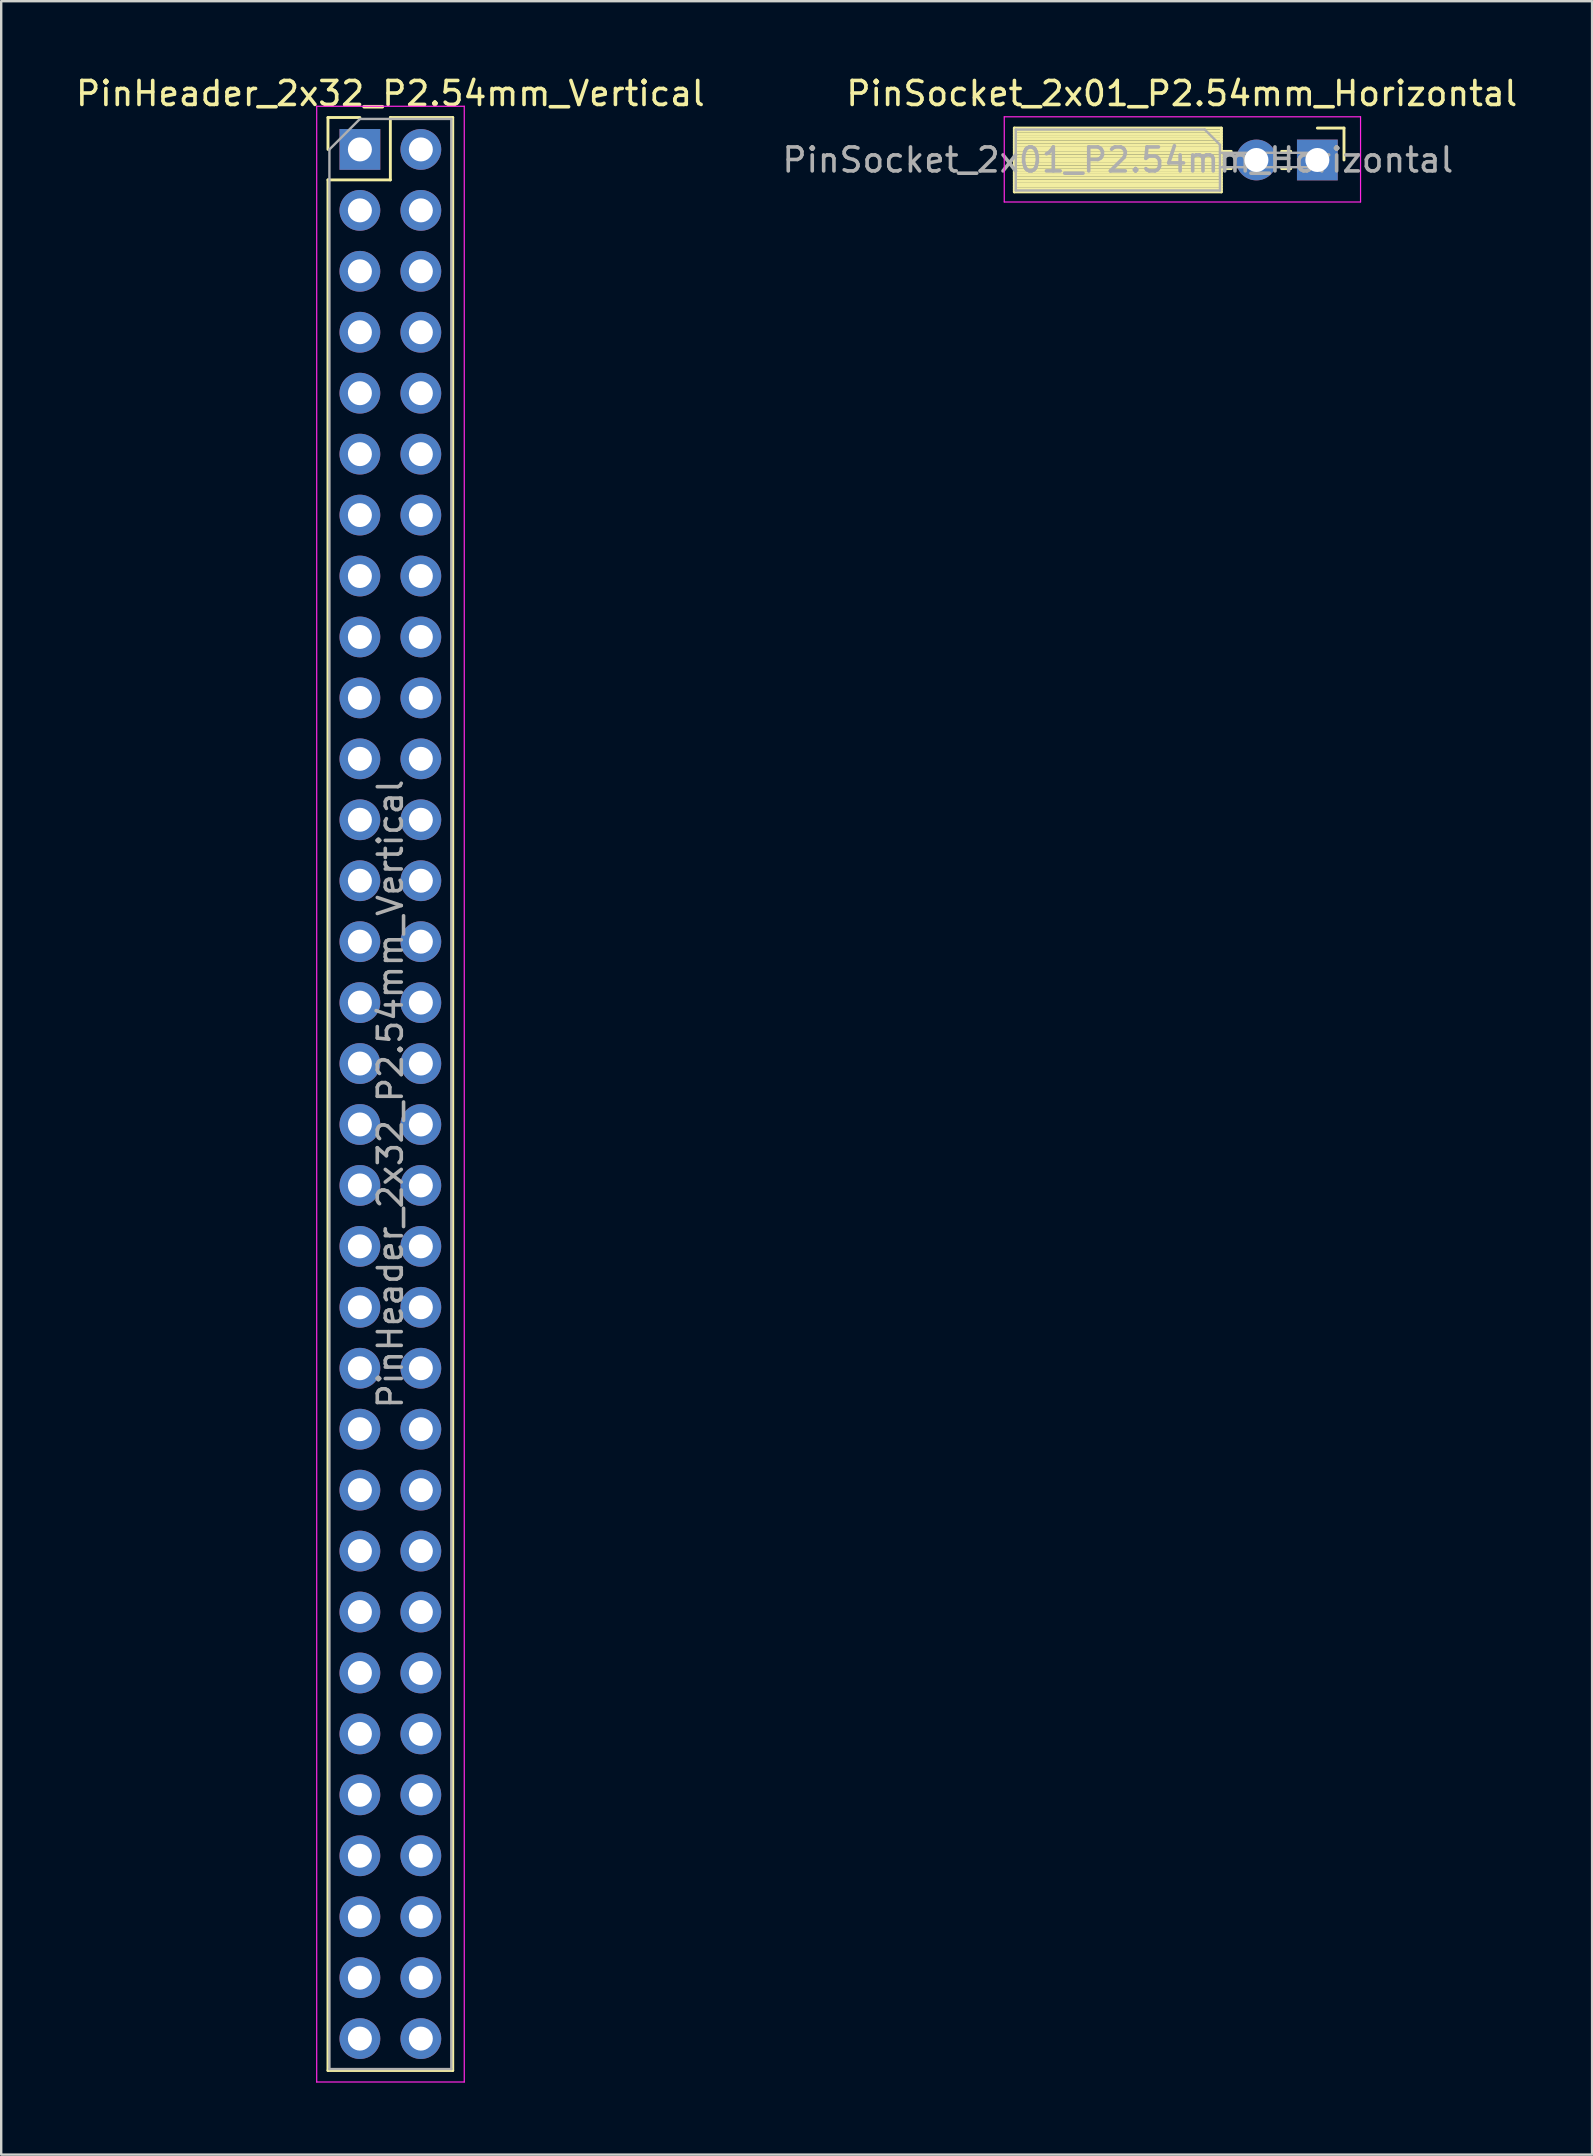
<source format=kicad_pcb>
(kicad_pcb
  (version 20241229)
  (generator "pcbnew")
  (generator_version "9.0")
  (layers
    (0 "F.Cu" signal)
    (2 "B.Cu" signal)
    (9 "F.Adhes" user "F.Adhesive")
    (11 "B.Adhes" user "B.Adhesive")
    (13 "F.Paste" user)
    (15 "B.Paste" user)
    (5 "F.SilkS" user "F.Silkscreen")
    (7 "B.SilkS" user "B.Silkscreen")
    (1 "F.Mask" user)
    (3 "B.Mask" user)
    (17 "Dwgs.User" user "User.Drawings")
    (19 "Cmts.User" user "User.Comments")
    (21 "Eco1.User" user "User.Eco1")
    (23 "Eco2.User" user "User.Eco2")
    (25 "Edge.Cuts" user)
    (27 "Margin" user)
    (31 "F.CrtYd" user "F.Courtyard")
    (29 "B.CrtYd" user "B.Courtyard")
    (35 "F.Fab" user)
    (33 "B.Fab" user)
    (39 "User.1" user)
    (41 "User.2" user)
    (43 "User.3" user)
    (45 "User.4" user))
  (footprint "PinHeader_2x32_P2.54mm_Vertical"
    (layer "F.Cu")
    (at 11.95 3.178)
    (property "Reference" "PinHeader_2x32_P2.54mm_Vertical" (at 1.27 -2.33 0) (layer "F.SilkS") (effects (font (size 1 1) (thickness 0.15))))
    (attr through_hole)
    (fp_line (start -1.33 -1.33) (end 0 -1.33) (stroke (width 0.12) (type solid)) (layer "F.SilkS"))
    (fp_line (start -1.33 0) (end -1.33 -1.33) (stroke (width 0.12) (type solid)) (layer "F.SilkS"))
    (fp_line (start -1.33 1.27) (end -1.33 80.07) (stroke (width 0.12) (type solid)) (layer "F.SilkS"))
    (fp_line (start -1.33 1.27) (end 1.27 1.27) (stroke (width 0.12) (type solid)) (layer "F.SilkS"))
    (fp_line (start -1.33 80.07) (end 3.87 80.07) (stroke (width 0.12) (type solid)) (layer "F.SilkS"))
    (fp_line (start 1.27 -1.33) (end 3.87 -1.33) (stroke (width 0.12) (type solid)) (layer "F.SilkS"))
    (fp_line (start 1.27 1.27) (end 1.27 -1.33) (stroke (width 0.12) (type solid)) (layer "F.SilkS"))
    (fp_line (start 3.87 -1.33) (end 3.87 80.07) (stroke (width 0.12) (type solid)) (layer "F.SilkS"))
    (fp_line (start -1.8 -1.8) (end -1.8 80.55) (stroke (width 0.05) (type solid)) (layer "F.CrtYd"))
    (fp_line (start -1.8 80.55) (end 4.35 80.55) (stroke (width 0.05) (type solid)) (layer "F.CrtYd"))
    (fp_line (start 4.35 -1.8) (end -1.8 -1.8) (stroke (width 0.05) (type solid)) (layer "F.CrtYd"))
    (fp_line (start 4.35 80.55) (end 4.35 -1.8) (stroke (width 0.05) (type solid)) (layer "F.CrtYd"))
    (fp_line (start -1.27 0) (end 0 -1.27) (stroke (width 0.1) (type solid)) (layer "F.Fab"))
    (fp_line (start -1.27 80.01) (end -1.27 0) (stroke (width 0.1) (type solid)) (layer "F.Fab"))
    (fp_line (start 0 -1.27) (end 3.81 -1.27) (stroke (width 0.1) (type solid)) (layer "F.Fab"))
    (fp_line (start 3.81 -1.27) (end 3.81 80.01) (stroke (width 0.1) (type solid)) (layer "F.Fab"))
    (fp_line (start 3.81 80.01) (end -1.27 80.01) (stroke (width 0.1) (type solid)) (layer "F.Fab"))
    (fp_text user "${REFERENCE}" (at 1.27 39.37 90) (layer "F.Fab") (effects (font (size 1 1) (thickness 0.15))))
    (pad "1" thru_hole rect (at 0 0) (size 1.7 1.7) (drill 1) (layers "*.Cu" "*.Mask"))
    (pad "2" thru_hole oval (at 2.54 0) (size 1.7 1.7) (drill 1) (layers "*.Cu" "*.Mask"))
    (pad "3" thru_hole oval (at 0 2.54) (size 1.7 1.7) (drill 1) (layers "*.Cu" "*.Mask"))
    (pad "4" thru_hole oval (at 2.54 2.54) (size 1.7 1.7) (drill 1) (layers "*.Cu" "*.Mask"))
    (pad "5" thru_hole oval (at 0 5.08) (size 1.7 1.7) (drill 1) (layers "*.Cu" "*.Mask"))
    (pad "6" thru_hole oval (at 2.54 5.08) (size 1.7 1.7) (drill 1) (layers "*.Cu" "*.Mask"))
    (pad "7" thru_hole oval (at 0 7.62) (size 1.7 1.7) (drill 1) (layers "*.Cu" "*.Mask"))
    (pad "8" thru_hole oval (at 2.54 7.62) (size 1.7 1.7) (drill 1) (layers "*.Cu" "*.Mask"))
    (pad "9" thru_hole oval (at 0 10.16) (size 1.7 1.7) (drill 1) (layers "*.Cu" "*.Mask"))
    (pad "10" thru_hole oval (at 2.54 10.16) (size 1.7 1.7) (drill 1) (layers "*.Cu" "*.Mask"))
    (pad "11" thru_hole oval (at 0 12.7) (size 1.7 1.7) (drill 1) (layers "*.Cu" "*.Mask"))
    (pad "12" thru_hole oval (at 2.54 12.7) (size 1.7 1.7) (drill 1) (layers "*.Cu" "*.Mask"))
    (pad "13" thru_hole oval (at 0 15.24) (size 1.7 1.7) (drill 1) (layers "*.Cu" "*.Mask"))
    (pad "14" thru_hole oval (at 2.54 15.24) (size 1.7 1.7) (drill 1) (layers "*.Cu" "*.Mask"))
    (pad "15" thru_hole oval (at 0 17.78) (size 1.7 1.7) (drill 1) (layers "*.Cu" "*.Mask"))
    (pad "16" thru_hole oval (at 2.54 17.78) (size 1.7 1.7) (drill 1) (layers "*.Cu" "*.Mask"))
    (pad "17" thru_hole oval (at 0 20.32) (size 1.7 1.7) (drill 1) (layers "*.Cu" "*.Mask"))
    (pad "18" thru_hole oval (at 2.54 20.32) (size 1.7 1.7) (drill 1) (layers "*.Cu" "*.Mask"))
    (pad "19" thru_hole oval (at 0 22.86) (size 1.7 1.7) (drill 1) (layers "*.Cu" "*.Mask"))
    (pad "20" thru_hole oval (at 2.54 22.86) (size 1.7 1.7) (drill 1) (layers "*.Cu" "*.Mask"))
    (pad "21" thru_hole oval (at 0 25.4) (size 1.7 1.7) (drill 1) (layers "*.Cu" "*.Mask"))
    (pad "22" thru_hole oval (at 2.54 25.4) (size 1.7 1.7) (drill 1) (layers "*.Cu" "*.Mask"))
    (pad "23" thru_hole oval (at 0 27.94) (size 1.7 1.7) (drill 1) (layers "*.Cu" "*.Mask"))
    (pad "24" thru_hole oval (at 2.54 27.94) (size 1.7 1.7) (drill 1) (layers "*.Cu" "*.Mask"))
    (pad "25" thru_hole oval (at 0 30.48) (size 1.7 1.7) (drill 1) (layers "*.Cu" "*.Mask"))
    (pad "26" thru_hole oval (at 2.54 30.48) (size 1.7 1.7) (drill 1) (layers "*.Cu" "*.Mask"))
    (pad "27" thru_hole oval (at 0 33.02) (size 1.7 1.7) (drill 1) (layers "*.Cu" "*.Mask"))
    (pad "28" thru_hole oval (at 2.54 33.02) (size 1.7 1.7) (drill 1) (layers "*.Cu" "*.Mask"))
    (pad "29" thru_hole oval (at 0 35.56) (size 1.7 1.7) (drill 1) (layers "*.Cu" "*.Mask"))
    (pad "30" thru_hole oval (at 2.54 35.56) (size 1.7 1.7) (drill 1) (layers "*.Cu" "*.Mask"))
    (pad "31" thru_hole oval (at 0 38.1) (size 1.7 1.7) (drill 1) (layers "*.Cu" "*.Mask"))
    (pad "32" thru_hole oval (at 2.54 38.1) (size 1.7 1.7) (drill 1) (layers "*.Cu" "*.Mask"))
    (pad "33" thru_hole oval (at 0 40.64) (size 1.7 1.7) (drill 1) (layers "*.Cu" "*.Mask"))
    (pad "34" thru_hole oval (at 2.54 40.64) (size 1.7 1.7) (drill 1) (layers "*.Cu" "*.Mask"))
    (pad "35" thru_hole oval (at 0 43.18) (size 1.7 1.7) (drill 1) (layers "*.Cu" "*.Mask"))
    (pad "36" thru_hole oval (at 2.54 43.18) (size 1.7 1.7) (drill 1) (layers "*.Cu" "*.Mask"))
    (pad "37" thru_hole oval (at 0 45.72) (size 1.7 1.7) (drill 1) (layers "*.Cu" "*.Mask"))
    (pad "38" thru_hole oval (at 2.54 45.72) (size 1.7 1.7) (drill 1) (layers "*.Cu" "*.Mask"))
    (pad "39" thru_hole oval (at 0 48.26) (size 1.7 1.7) (drill 1) (layers "*.Cu" "*.Mask"))
    (pad "40" thru_hole oval (at 2.54 48.26) (size 1.7 1.7) (drill 1) (layers "*.Cu" "*.Mask"))
    (pad "41" thru_hole oval (at 0 50.8) (size 1.7 1.7) (drill 1) (layers "*.Cu" "*.Mask"))
    (pad "42" thru_hole oval (at 2.54 50.8) (size 1.7 1.7) (drill 1) (layers "*.Cu" "*.Mask"))
    (pad "43" thru_hole oval (at 0 53.34) (size 1.7 1.7) (drill 1) (layers "*.Cu" "*.Mask"))
    (pad "44" thru_hole oval (at 2.54 53.34) (size 1.7 1.7) (drill 1) (layers "*.Cu" "*.Mask"))
    (pad "45" thru_hole oval (at 0 55.88) (size 1.7 1.7) (drill 1) (layers "*.Cu" "*.Mask"))
    (pad "46" thru_hole oval (at 2.54 55.88) (size 1.7 1.7) (drill 1) (layers "*.Cu" "*.Mask"))
    (pad "47" thru_hole oval (at 0 58.42) (size 1.7 1.7) (drill 1) (layers "*.Cu" "*.Mask"))
    (pad "48" thru_hole oval (at 2.54 58.42) (size 1.7 1.7) (drill 1) (layers "*.Cu" "*.Mask"))
    (pad "49" thru_hole oval (at 0 60.96) (size 1.7 1.7) (drill 1) (layers "*.Cu" "*.Mask"))
    (pad "50" thru_hole oval (at 2.54 60.96) (size 1.7 1.7) (drill 1) (layers "*.Cu" "*.Mask"))
    (pad "51" thru_hole oval (at 0 63.5) (size 1.7 1.7) (drill 1) (layers "*.Cu" "*.Mask"))
    (pad "52" thru_hole oval (at 2.54 63.5) (size 1.7 1.7) (drill 1) (layers "*.Cu" "*.Mask"))
    (pad "53" thru_hole oval (at 0 66.04) (size 1.7 1.7) (drill 1) (layers "*.Cu" "*.Mask"))
    (pad "54" thru_hole oval (at 2.54 66.04) (size 1.7 1.7) (drill 1) (layers "*.Cu" "*.Mask"))
    (pad "55" thru_hole oval (at 0 68.58) (size 1.7 1.7) (drill 1) (layers "*.Cu" "*.Mask"))
    (pad "56" thru_hole oval (at 2.54 68.58) (size 1.7 1.7) (drill 1) (layers "*.Cu" "*.Mask"))
    (pad "57" thru_hole oval (at 0 71.12) (size 1.7 1.7) (drill 1) (layers "*.Cu" "*.Mask"))
    (pad "58" thru_hole oval (at 2.54 71.12) (size 1.7 1.7) (drill 1) (layers "*.Cu" "*.Mask"))
    (pad "59" thru_hole oval (at 0 73.66) (size 1.7 1.7) (drill 1) (layers "*.Cu" "*.Mask"))
    (pad "60" thru_hole oval (at 2.54 73.66) (size 1.7 1.7) (drill 1) (layers "*.Cu" "*.Mask"))
    (pad "61" thru_hole oval (at 0 76.2) (size 1.7 1.7) (drill 1) (layers "*.Cu" "*.Mask"))
    (pad "62" thru_hole oval (at 2.54 76.2) (size 1.7 1.7) (drill 1) (layers "*.Cu" "*.Mask"))
    (pad "63" thru_hole oval (at 0 78.74) (size 1.7 1.7) (drill 1) (layers "*.Cu" "*.Mask"))
    (pad "64" thru_hole oval (at 2.54 78.74) (size 1.7 1.7) (drill 1) (layers "*.Cu" "*.Mask")))
  (footprint "PinSocket_2x01_P2.54mm_Horizontal"
    (layer "F.Cu")
    (at 51.857 3.618)
    (property "Reference" "PinSocket_2x01_P2.54mm_Horizontal" (at -5.65 -2.77 0) (layer "F.SilkS") (effects (font (size 1 1) (thickness 0.15))))
    (attr through_hole)
    (fp_line (start -12.63 -1.33) (end -12.63 1.33) (stroke (width 0.12) (type solid)) (layer "F.SilkS"))
    (fp_line (start -12.63 -1.33) (end -4 -1.33) (stroke (width 0.12) (type solid)) (layer "F.SilkS"))
    (fp_line (start -12.63 -1.21) (end -4 -1.21) (stroke (width 0.12) (type solid)) (layer "F.SilkS"))
    (fp_line (start -12.63 -1.095) (end -4 -1.095) (stroke (width 0.12) (type solid)) (layer "F.SilkS"))
    (fp_line (start -12.63 -0.979) (end -4 -0.979) (stroke (width 0.12) (type solid)) (layer "F.SilkS"))
    (fp_line (start -12.63 -0.864) (end -4 -0.864) (stroke (width 0.12) (type solid)) (layer "F.SilkS"))
    (fp_line (start -12.63 -0.748) (end -4 -0.748) (stroke (width 0.12) (type solid)) (layer "F.SilkS"))
    (fp_line (start -12.63 -0.633) (end -4 -0.633) (stroke (width 0.12) (type solid)) (layer "F.SilkS"))
    (fp_line (start -12.63 -0.517) (end -4 -0.517) (stroke (width 0.12) (type solid)) (layer "F.SilkS"))
    (fp_line (start -12.63 -0.402) (end -4 -0.402) (stroke (width 0.12) (type solid)) (layer "F.SilkS"))
    (fp_line (start -12.63 -0.286) (end -4 -0.286) (stroke (width 0.12) (type solid)) (layer "F.SilkS"))
    (fp_line (start -12.63 -0.171) (end -4 -0.171) (stroke (width 0.12) (type solid)) (layer "F.SilkS"))
    (fp_line (start -12.63 -0.055) (end -4 -0.055) (stroke (width 0.12) (type solid)) (layer "F.SilkS"))
    (fp_line (start -12.63 0.06) (end -4 0.06) (stroke (width 0.12) (type solid)) (layer "F.SilkS"))
    (fp_line (start -12.63 0.175) (end -4 0.175) (stroke (width 0.12) (type solid)) (layer "F.SilkS"))
    (fp_line (start -12.63 0.291) (end -4 0.291) (stroke (width 0.12) (type solid)) (layer "F.SilkS"))
    (fp_line (start -12.63 0.406) (end -4 0.406) (stroke (width 0.12) (type solid)) (layer "F.SilkS"))
    (fp_line (start -12.63 0.522) (end -4 0.522) (stroke (width 0.12) (type solid)) (layer "F.SilkS"))
    (fp_line (start -12.63 0.637) (end -4 0.637) (stroke (width 0.12) (type solid)) (layer "F.SilkS"))
    (fp_line (start -12.63 0.753) (end -4 0.753) (stroke (width 0.12) (type solid)) (layer "F.SilkS"))
    (fp_line (start -12.63 0.868) (end -4 0.868) (stroke (width 0.12) (type solid)) (layer "F.SilkS"))
    (fp_line (start -12.63 0.984) (end -4 0.984) (stroke (width 0.12) (type solid)) (layer "F.SilkS"))
    (fp_line (start -12.63 1.099) (end -4 1.099) (stroke (width 0.12) (type solid)) (layer "F.SilkS"))
    (fp_line (start -12.63 1.215) (end -4 1.215) (stroke (width 0.12) (type solid)) (layer "F.SilkS"))
    (fp_line (start -12.63 1.33) (end -4 1.33) (stroke (width 0.12) (type solid)) (layer "F.SilkS"))
    (fp_line (start -4 -1.33) (end -4 1.33) (stroke (width 0.12) (type solid)) (layer "F.SilkS"))
    (fp_line (start -4 -0.36) (end -3.59 -0.36) (stroke (width 0.12) (type solid)) (layer "F.SilkS"))
    (fp_line (start -4 0.36) (end -3.59 0.36) (stroke (width 0.12) (type solid)) (layer "F.SilkS"))
    (fp_line (start -1.49 -0.36) (end -1.11 -0.36) (stroke (width 0.12) (type solid)) (layer "F.SilkS"))
    (fp_line (start -1.49 0.36) (end -1.11 0.36) (stroke (width 0.12) (type solid)) (layer "F.SilkS"))
    (fp_line (start 0 -1.33) (end 1.11 -1.33) (stroke (width 0.12) (type solid)) (layer "F.SilkS"))
    (fp_line (start 1.11 -1.33) (end 1.11 0) (stroke (width 0.12) (type solid)) (layer "F.SilkS"))
    (fp_line (start -13.05 -1.8) (end -13.05 1.75) (stroke (width 0.05) (type solid)) (layer "F.CrtYd"))
    (fp_line (start -13.05 1.75) (end 1.8 1.75) (stroke (width 0.05) (type solid)) (layer "F.CrtYd"))
    (fp_line (start 1.8 -1.8) (end -13.05 -1.8) (stroke (width 0.05) (type solid)) (layer "F.CrtYd"))
    (fp_line (start 1.8 1.75) (end 1.8 -1.8) (stroke (width 0.05) (type solid)) (layer "F.CrtYd"))
    (fp_line (start -12.57 -1.27) (end -4.695 -1.27) (stroke (width 0.1) (type solid)) (layer "F.Fab"))
    (fp_line (start -12.57 1.27) (end -12.57 -1.27) (stroke (width 0.1) (type solid)) (layer "F.Fab"))
    (fp_line (start -4.695 -1.27) (end -4.06 -0.635) (stroke (width 0.1) (type solid)) (layer "F.Fab"))
    (fp_line (start -4.06 -0.635) (end -4.06 1.27) (stroke (width 0.1) (type solid)) (layer "F.Fab"))
    (fp_line (start -4.06 0.3) (end 0 0.3) (stroke (width 0.1) (type solid)) (layer "F.Fab"))
    (fp_line (start -4.06 1.27) (end -12.57 1.27) (stroke (width 0.1) (type solid)) (layer "F.Fab"))
    (fp_line (start 0 -0.3) (end -4.06 -0.3) (stroke (width 0.1) (type solid)) (layer "F.Fab"))
    (fp_line (start 0 0.3) (end 0 -0.3) (stroke (width 0.1) (type solid)) (layer "F.Fab"))
    (fp_text user "${REFERENCE}" (at -8.315 0 0) (layer "F.Fab") (effects (font (size 1 1) (thickness 0.15))))
    (pad "1" thru_hole rect (at 0 0) (size 1.7 1.7) (drill 1) (layers "*.Cu" "*.Mask"))
    (pad "2" thru_hole oval (at -2.54 0) (size 1.7 1.7) (drill 1) (layers "*.Cu" "*.Mask")))
  (gr_rect
    (start -3 -3)
    (end 63.308 86.753)
    (stroke (width 0.1) (type default))
    (fill no)
    (layer "Edge.Cuts")))
</source>
